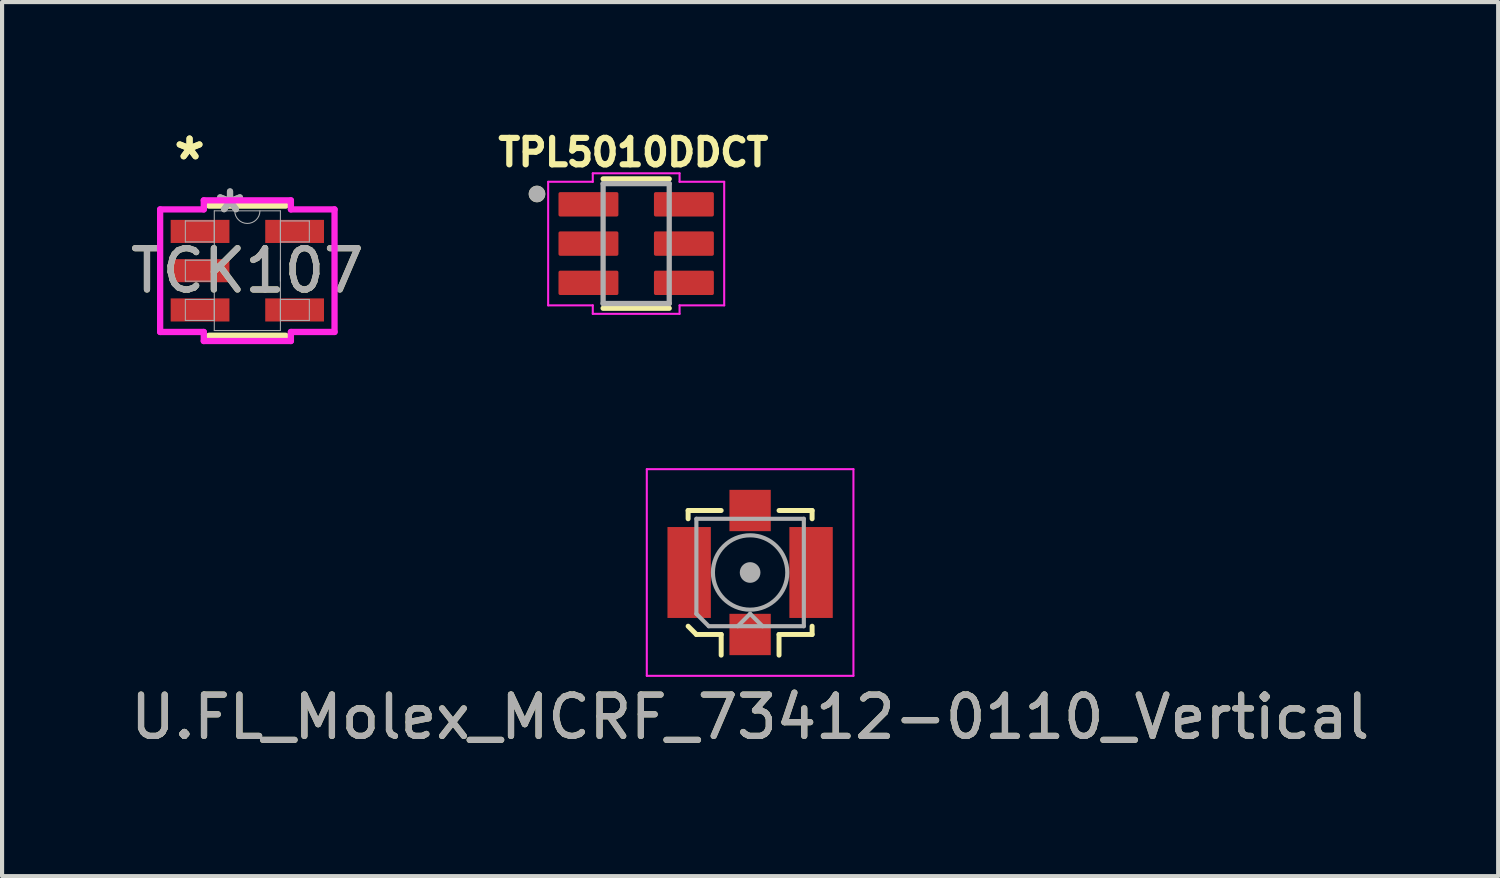
<source format=kicad_pcb>
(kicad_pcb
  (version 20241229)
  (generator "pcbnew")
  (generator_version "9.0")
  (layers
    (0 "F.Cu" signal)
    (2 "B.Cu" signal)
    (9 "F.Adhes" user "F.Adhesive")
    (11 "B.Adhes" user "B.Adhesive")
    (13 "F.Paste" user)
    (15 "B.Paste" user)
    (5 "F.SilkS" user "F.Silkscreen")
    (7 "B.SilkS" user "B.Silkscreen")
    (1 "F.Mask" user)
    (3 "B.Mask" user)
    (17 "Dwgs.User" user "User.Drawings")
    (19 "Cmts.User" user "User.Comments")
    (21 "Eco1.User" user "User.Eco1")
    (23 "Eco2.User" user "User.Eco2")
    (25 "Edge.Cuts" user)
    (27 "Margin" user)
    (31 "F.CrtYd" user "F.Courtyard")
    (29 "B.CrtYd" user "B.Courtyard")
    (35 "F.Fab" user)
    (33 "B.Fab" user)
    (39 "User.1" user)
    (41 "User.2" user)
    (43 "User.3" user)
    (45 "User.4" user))
  (footprint "TCK107"
    (layer "F.Cu")
    (at 2.935 3.5)
    (property "Reference" "TCK107" (at 0 0 0) (unlocked yes) (layer "F.SilkS") (effects (font (size 1 1) (thickness 0.15))))
    (attr smd)
    (fp_line (start -0.927 1.575) (end 0.927 1.575) (stroke (width 0.152) (type solid)) (layer "F.SilkS"))
    (fp_line (start 0.927 -1.575) (end -0.927 -1.575) (stroke (width 0.152) (type solid)) (layer "F.SilkS"))
    (fp_line (start -2.11 -1.483) (end -1.054 -1.483) (stroke (width 0.152) (type solid)) (layer "F.CrtYd"))
    (fp_line (start -2.11 1.483) (end -2.11 -1.483) (stroke (width 0.152) (type solid)) (layer "F.CrtYd"))
    (fp_line (start -2.11 1.483) (end -1.054 1.483) (stroke (width 0.152) (type solid)) (layer "F.CrtYd"))
    (fp_line (start -1.054 -1.702) (end 1.054 -1.702) (stroke (width 0.152) (type solid)) (layer "F.CrtYd"))
    (fp_line (start -1.054 -1.483) (end -1.054 -1.702) (stroke (width 0.152) (type solid)) (layer "F.CrtYd"))
    (fp_line (start -1.054 1.702) (end -1.054 1.483) (stroke (width 0.152) (type solid)) (layer "F.CrtYd"))
    (fp_line (start 1.054 -1.702) (end 1.054 -1.483) (stroke (width 0.152) (type solid)) (layer "F.CrtYd"))
    (fp_line (start 1.054 1.483) (end 1.054 1.702) (stroke (width 0.152) (type solid)) (layer "F.CrtYd"))
    (fp_line (start 1.054 1.702) (end -1.054 1.702) (stroke (width 0.152) (type solid)) (layer "F.CrtYd"))
    (fp_line (start 2.11 -1.483) (end 1.054 -1.483) (stroke (width 0.152) (type solid)) (layer "F.CrtYd"))
    (fp_line (start 2.11 -1.483) (end 2.11 1.483) (stroke (width 0.152) (type solid)) (layer "F.CrtYd"))
    (fp_line (start 2.11 1.483) (end 1.054 1.483) (stroke (width 0.152) (type solid)) (layer "F.CrtYd"))
    (fp_line (start -1.5 -1.204) (end -1.5 -0.696) (stroke (width 0.025) (type solid)) (layer "F.Fab"))
    (fp_line (start -1.5 -0.696) (end -0.8 -0.696) (stroke (width 0.025) (type solid)) (layer "F.Fab"))
    (fp_line (start -1.5 -0.254) (end -1.5 0.254) (stroke (width 0.025) (type solid)) (layer "F.Fab"))
    (fp_line (start -1.5 0.254) (end -0.8 0.254) (stroke (width 0.025) (type solid)) (layer "F.Fab"))
    (fp_line (start -1.5 0.696) (end -1.5 1.204) (stroke (width 0.025) (type solid)) (layer "F.Fab"))
    (fp_line (start -1.5 1.204) (end -0.8 1.204) (stroke (width 0.025) (type solid)) (layer "F.Fab"))
    (fp_line (start -0.8 -1.448) (end -0.8 1.448) (stroke (width 0.025) (type solid)) (layer "F.Fab"))
    (fp_line (start -0.8 -1.204) (end -1.5 -1.204) (stroke (width 0.025) (type solid)) (layer "F.Fab"))
    (fp_line (start -0.8 -0.696) (end -0.8 -1.204) (stroke (width 0.025) (type solid)) (layer "F.Fab"))
    (fp_line (start -0.8 -0.254) (end -1.5 -0.254) (stroke (width 0.025) (type solid)) (layer "F.Fab"))
    (fp_line (start -0.8 0.254) (end -0.8 -0.254) (stroke (width 0.025) (type solid)) (layer "F.Fab"))
    (fp_line (start -0.8 0.696) (end -1.5 0.696) (stroke (width 0.025) (type solid)) (layer "F.Fab"))
    (fp_line (start -0.8 1.204) (end -0.8 0.696) (stroke (width 0.025) (type solid)) (layer "F.Fab"))
    (fp_line (start -0.8 1.448) (end 0.8 1.448) (stroke (width 0.025) (type solid)) (layer "F.Fab"))
    (fp_line (start 0.8 -1.448) (end -0.8 -1.448) (stroke (width 0.025) (type solid)) (layer "F.Fab"))
    (fp_line (start 0.8 -1.204) (end 0.8 -0.696) (stroke (width 0.025) (type solid)) (layer "F.Fab"))
    (fp_line (start 0.8 -0.696) (end 1.5 -0.696) (stroke (width 0.025) (type solid)) (layer "F.Fab"))
    (fp_line (start 0.8 -0.254) (end 0.8 0.254) (stroke (width 0.025) (type solid)) (layer "F.Fab"))
    (fp_line (start 0.8 0.696) (end 0.8 1.204) (stroke (width 0.025) (type solid)) (layer "F.Fab"))
    (fp_line (start 0.8 1.204) (end 1.5 1.204) (stroke (width 0.025) (type solid)) (layer "F.Fab"))
    (fp_line (start 0.8 1.448) (end 0.8 -1.448) (stroke (width 0.025) (type solid)) (layer "F.Fab"))
    (fp_line (start 1.5 -1.204) (end 0.8 -1.204) (stroke (width 0.025) (type solid)) (layer "F.Fab"))
    (fp_line (start 1.5 -0.696) (end 1.5 -1.204) (stroke (width 0.025) (type solid)) (layer "F.Fab"))
    (fp_line (start 1.5 0.696) (end 0.8 0.696) (stroke (width 0.025) (type solid)) (layer "F.Fab"))
    (fp_line (start 1.5 1.204) (end 1.5 0.696) (stroke (width 0.025) (type solid)) (layer "F.Fab"))
    (fp_arc (start 0.3048 -1.4478) (mid 0 -1.143) (end -0.3048 -1.4478) (stroke (width 0.0254) (type solid)) (layer "F.Fab"))
    (fp_text user "*" (at -1.398 -2.652 0) (unlocked yes) (layer "F.SilkS") (effects (font (size 1 1) (thickness 0.15))))
    (fp_text user "*" (at -1.398 -2.652 0) (layer "F.SilkS") (effects (font (size 1 1) (thickness 0.15))))
    (fp_text user "*" (at -0.419 -1.372 0) (layer "F.Fab") (effects (font (size 1 1) (thickness 0.15))))
    (fp_text user "${REFERENCE}" (at 0 0 0) (unlocked yes) (layer "F.Fab") (effects (font (size 1 1) (thickness 0.15))))
    (fp_text user "*" (at -0.419 -1.372 0) (unlocked yes) (layer "F.Fab") (effects (font (size 1 1) (thickness 0.15))))
    (pad "1" smd rect (at -1.144 -0.95) (size 1.422 0.559) (layers "F.Cu" "F.Mask" "F.Paste"))
    (pad "2" smd rect (at -1.144 0) (size 1.422 0.559) (layers "F.Cu" "F.Mask" "F.Paste"))
    (pad "3" smd rect (at -1.144 0.95) (size 1.422 0.559) (layers "F.Cu" "F.Mask" "F.Paste"))
    (pad "4" smd rect (at 1.144 0.95) (size 1.422 0.559) (layers "F.Cu" "F.Mask" "F.Paste"))
    (pad "5" smd rect (at 1.144 -0.95) (size 1.422 0.559) (layers "F.Cu" "F.Mask" "F.Paste")))
  (footprint "TPL5010DDCT"
    (layer "F.Cu")
    (at 12.344 2.844)
    (property "Reference" "TPL5010DDCT" (at -0.068 -2.206 0) (layer "F.SilkS") (effects (font (size 0.64 0.64) (thickness 0.15))))
    (attr smd)
    (fp_line (start -0.8 -1.565) (end 0.8 -1.565) (stroke (width 0.127) (type solid)) (layer "F.SilkS"))
    (fp_line (start -0.8 1.565) (end 0.8 1.565) (stroke (width 0.127) (type solid)) (layer "F.SilkS"))
    (fp_circle (center -2.4 -1.2) (end -2.3 -1.2) (stroke (width 0.2) (type solid)) (fill no) (layer "F.SilkS"))
    (fp_line (start -2.13 -1.495) (end -2.13 1.495) (stroke (width 0.05) (type solid)) (layer "F.CrtYd"))
    (fp_line (start -2.13 1.495) (end -1.05 1.495) (stroke (width 0.05) (type solid)) (layer "F.CrtYd"))
    (fp_line (start -1.05 -1.7) (end -1.05 -1.495) (stroke (width 0.05) (type solid)) (layer "F.CrtYd"))
    (fp_line (start -1.05 -1.495) (end -2.13 -1.495) (stroke (width 0.05) (type solid)) (layer "F.CrtYd"))
    (fp_line (start -1.05 1.495) (end -1.05 1.7) (stroke (width 0.05) (type solid)) (layer "F.CrtYd"))
    (fp_line (start -1.05 1.7) (end 1.05 1.7) (stroke (width 0.05) (type solid)) (layer "F.CrtYd"))
    (fp_line (start 1.05 -1.7) (end -1.05 -1.7) (stroke (width 0.05) (type solid)) (layer "F.CrtYd"))
    (fp_line (start 1.05 -1.495) (end 1.05 -1.7) (stroke (width 0.05) (type solid)) (layer "F.CrtYd"))
    (fp_line (start 1.05 1.495) (end 2.13 1.495) (stroke (width 0.05) (type solid)) (layer "F.CrtYd"))
    (fp_line (start 1.05 1.7) (end 1.05 1.495) (stroke (width 0.05) (type solid)) (layer "F.CrtYd"))
    (fp_line (start 2.13 -1.495) (end 1.05 -1.495) (stroke (width 0.05) (type solid)) (layer "F.CrtYd"))
    (fp_line (start 2.13 1.495) (end 2.13 -1.495) (stroke (width 0.05) (type solid)) (layer "F.CrtYd"))
    (fp_line (start -0.8 -1.45) (end -0.8 1.45) (stroke (width 0.127) (type solid)) (layer "F.Fab"))
    (fp_line (start -0.8 1.45) (end 0.8 1.45) (stroke (width 0.127) (type solid)) (layer "F.Fab"))
    (fp_line (start 0.8 -1.45) (end -0.8 -1.45) (stroke (width 0.127) (type solid)) (layer "F.Fab"))
    (fp_line (start 0.8 1.45) (end 0.8 -1.45) (stroke (width 0.127) (type solid)) (layer "F.Fab"))
    (fp_circle (center -2.4 -1.2) (end -2.3 -1.2) (stroke (width 0.2) (type solid)) (fill no) (layer "F.Fab"))
    (pad "1" smd roundrect (at -1.155 -0.95) (size 1.45 0.59) (layers "F.Cu" "F.Mask" "F.Paste") (roundrect_rratio 0.07))
    (pad "2" smd roundrect (at -1.155 0) (size 1.45 0.59) (layers "F.Cu" "F.Mask" "F.Paste") (roundrect_rratio 0.07))
    (pad "3" smd roundrect (at -1.155 0.95) (size 1.45 0.59) (layers "F.Cu" "F.Mask" "F.Paste") (roundrect_rratio 0.07))
    (pad "4" smd roundrect (at 1.155 0.95) (size 1.45 0.59) (layers "F.Cu" "F.Mask" "F.Paste") (roundrect_rratio 0.07))
    (pad "5" smd roundrect (at 1.155 0) (size 1.45 0.59) (layers "F.Cu" "F.Mask" "F.Paste") (roundrect_rratio 0.07))
    (pad "6" smd roundrect (at 1.155 -0.95) (size 1.45 0.59) (layers "F.Cu" "F.Mask" "F.Paste") (roundrect_rratio 0.07)))
  (footprint "U.FL_Molex_MCRF_73412-0110_Vertical"
    (layer "F.Cu")
    (at 15.101 10.803)
    (property "Reference" "U.FL_Molex_MCRF_73412-0110_Vertical" (at 0 3.5 0) (layer "F.SilkS") (effects (font (size 1 1) (thickness 0.15))))
    (attr smd)
    (fp_line (start -1.5 -1.5) (end -0.7 -1.5) (stroke (width 0.12) (type solid)) (layer "F.SilkS"))
    (fp_line (start -1.5 -1.3) (end -1.5 -1.5) (stroke (width 0.12) (type solid)) (layer "F.SilkS"))
    (fp_line (start -1.3 1.5) (end -1.5 1.3) (stroke (width 0.12) (type solid)) (layer "F.SilkS"))
    (fp_line (start -0.7 1.5) (end -1.3 1.5) (stroke (width 0.12) (type solid)) (layer "F.SilkS"))
    (fp_line (start -0.7 1.5) (end -0.7 2) (stroke (width 0.12) (type solid)) (layer "F.SilkS"))
    (fp_line (start 0.7 -1.5) (end 1.5 -1.5) (stroke (width 0.12) (type solid)) (layer "F.SilkS"))
    (fp_line (start 0.7 1.5) (end 0.7 2) (stroke (width 0.12) (type solid)) (layer "F.SilkS"))
    (fp_line (start 1.5 -1.5) (end 1.5 -1.3) (stroke (width 0.12) (type solid)) (layer "F.SilkS"))
    (fp_line (start 1.5 1.3) (end 1.5 1.5) (stroke (width 0.12) (type solid)) (layer "F.SilkS"))
    (fp_line (start 1.5 1.5) (end 0.7 1.5) (stroke (width 0.12) (type solid)) (layer "F.SilkS"))
    (fp_line (start -2.5 -2.5) (end -2.5 2.5) (stroke (width 0.05) (type solid)) (layer "F.CrtYd"))
    (fp_line (start -2.5 2.5) (end 2.5 2.5) (stroke (width 0.05) (type solid)) (layer "F.CrtYd"))
    (fp_line (start 2.5 -2.5) (end -2.5 -2.5) (stroke (width 0.05) (type solid)) (layer "F.CrtYd"))
    (fp_line (start 2.5 2.5) (end 2.5 -2.5) (stroke (width 0.05) (type solid)) (layer "F.CrtYd"))
    (fp_line (start -1.3 -1.3) (end -1.3 1) (stroke (width 0.1) (type solid)) (layer "F.Fab"))
    (fp_line (start -1.3 -1.3) (end 1.3 -1.3) (stroke (width 0.1) (type solid)) (layer "F.Fab"))
    (fp_line (start -1.3 1) (end -1 1.3) (stroke (width 0.1) (type solid)) (layer "F.Fab"))
    (fp_line (start -1 1.3) (end 1.3 1.3) (stroke (width 0.1) (type solid)) (layer "F.Fab"))
    (fp_line (start -0.3 1.3) (end 0 1) (stroke (width 0.1) (type solid)) (layer "F.Fab"))
    (fp_line (start 0 1) (end 0.3 1.3) (stroke (width 0.1) (type solid)) (layer "F.Fab"))
    (fp_line (start 1.3 -1.3) (end 1.3 1.3) (stroke (width 0.1) (type solid)) (layer "F.Fab"))
    (fp_circle (center 0 0) (end 0 0.05) (stroke (width 0.1) (type solid)) (fill no) (layer "F.Fab"))
    (fp_circle (center 0 0) (end 0 0.125) (stroke (width 0.1) (type solid)) (fill no) (layer "F.Fab"))
    (fp_circle (center 0 0) (end 0 0.2) (stroke (width 0.1) (type solid)) (fill no) (layer "F.Fab"))
    (fp_circle (center 0 0) (end 0.9 0) (stroke (width 0.1) (type solid)) (fill no) (layer "F.Fab"))
    (fp_text user "${REFERENCE}" (at 0 3.5 0) (layer "F.Fab") (effects (font (size 1 1) (thickness 0.15))))
    (pad "1" smd rect (at 0 1.5) (size 1 1) (layers "F.Cu" "F.Mask" "F.Paste"))
    (pad "2" smd rect (at 0 -1.5) (size 1 1) (layers "F.Cu" "F.Mask" "F.Paste"))
    (pad "3" smd rect (at -1.475 0) (size 1.05 2.2) (layers "F.Cu" "F.Mask" "F.Paste"))
    (pad "4" smd rect (at 1.475 0) (size 1.05 2.2) (layers "F.Cu" "F.Mask" "F.Paste")))
  (gr_rect
    (start -3 -3)
    (end 33.202 18.151)
    (stroke (width 0.1) (type default))
    (fill no)
    (layer "Edge.Cuts")))
</source>
